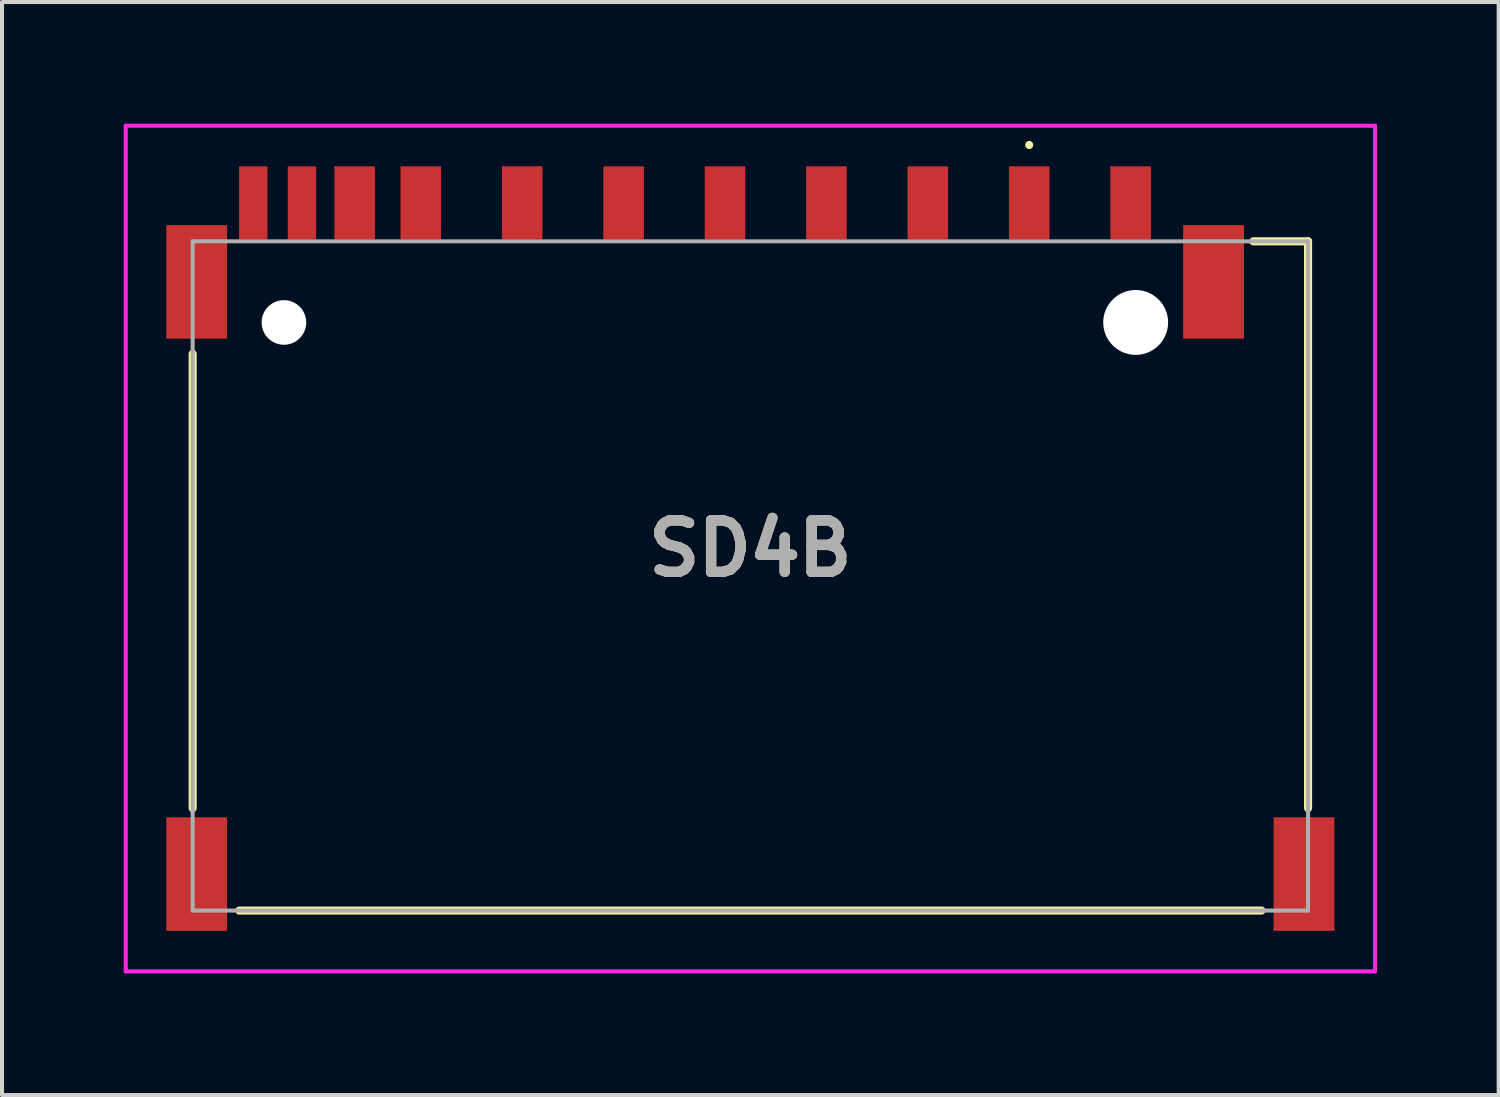
<source format=kicad_pcb>
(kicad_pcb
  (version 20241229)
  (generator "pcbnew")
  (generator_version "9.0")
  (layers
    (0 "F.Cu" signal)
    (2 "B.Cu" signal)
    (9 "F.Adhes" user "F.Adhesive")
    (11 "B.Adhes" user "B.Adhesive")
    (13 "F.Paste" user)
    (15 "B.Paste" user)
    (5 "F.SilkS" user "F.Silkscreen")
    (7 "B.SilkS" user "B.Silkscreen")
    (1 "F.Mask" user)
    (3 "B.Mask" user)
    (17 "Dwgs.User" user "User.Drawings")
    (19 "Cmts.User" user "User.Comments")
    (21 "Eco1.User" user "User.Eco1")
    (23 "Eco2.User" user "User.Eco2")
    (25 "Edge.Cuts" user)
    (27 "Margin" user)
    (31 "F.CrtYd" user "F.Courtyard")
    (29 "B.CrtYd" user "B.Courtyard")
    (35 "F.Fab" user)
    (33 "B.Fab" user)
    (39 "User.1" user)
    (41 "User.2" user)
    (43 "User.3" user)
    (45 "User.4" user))
  (footprint "SD4B"
    (layer "F.Cu")
    (at 15.45 10.675)
    (property "Reference" "SD4B" (at 0 -0.2 0) (layer "F.SilkS") (effects (font (size 1.27 1.27) (thickness 0.254))))
    (attr through_hole)
    (fp_line (start -13.75 -5) (end -13.75 6.2) (stroke (width 0.2) (type solid)) (layer "F.SilkS"))
    (fp_line (start -12.6 8.725) (end 12.6 8.725) (stroke (width 0.2) (type solid)) (layer "F.SilkS"))
    (fp_line (start 6.875 -10.2) (end 6.875 -10.2) (stroke (width 0.1) (type solid)) (layer "F.SilkS"))
    (fp_line (start 6.875 -10.1) (end 6.875 -10.1) (stroke (width 0.1) (type solid)) (layer "F.SilkS"))
    (fp_line (start 13.75 -7.775) (end 12.4 -7.775) (stroke (width 0.2) (type solid)) (layer "F.SilkS"))
    (fp_line (start 13.75 6.2) (end 13.75 -7.775) (stroke (width 0.2) (type solid)) (layer "F.SilkS"))
    (fp_arc (start 6.875 -10.2) (mid 6.925 -10.15) (end 6.875 -10.1) (stroke (width 0.1) (type solid)) (layer "F.SilkS"))
    (fp_arc (start 6.875 -10.1) (mid 6.825 -10.15) (end 6.875 -10.2) (stroke (width 0.1) (type solid)) (layer "F.SilkS"))
    (fp_line (start -15.4 -10.625) (end 15.4 -10.625) (stroke (width 0.1) (type solid)) (layer "F.CrtYd"))
    (fp_line (start -15.4 10.225) (end -15.4 -10.625) (stroke (width 0.1) (type solid)) (layer "F.CrtYd"))
    (fp_line (start 15.4 -10.625) (end 15.4 10.225) (stroke (width 0.1) (type solid)) (layer "F.CrtYd"))
    (fp_line (start 15.4 10.225) (end -15.4 10.225) (stroke (width 0.1) (type solid)) (layer "F.CrtYd"))
    (fp_line (start -13.75 -7.775) (end -13.75 8.725) (stroke (width 0.1) (type solid)) (layer "F.Fab"))
    (fp_line (start -13.75 8.725) (end 13.75 8.725) (stroke (width 0.1) (type solid)) (layer "F.Fab"))
    (fp_line (start 13.75 -7.775) (end -13.75 -7.775) (stroke (width 0.1) (type solid)) (layer "F.Fab"))
    (fp_line (start 13.75 8.725) (end 13.75 -7.775) (stroke (width 0.1) (type solid)) (layer "F.Fab"))
    (fp_text user "${REFERENCE}" (at 0 -0.2 0) (layer "F.Fab") (effects (font (size 1.27 1.27) (thickness 0.254))))
    (pad "" np_thru_hole circle (at -11.5 -5.775) (size 1.1 1.1) (drill 1.1) (layers "*.Cu" "*.Mask"))
    (pad "" np_thru_hole circle (at 9.5 -5.775) (size 1.6 1.6) (drill 1.6) (layers "*.Cu" "*.Mask"))
    (pad "1" smd rect (at 6.875 -8.725) (size 1 1.8) (layers "F.Cu" "F.Mask" "F.Paste"))
    (pad "2" smd rect (at 4.375 -8.725) (size 1 1.8) (layers "F.Cu" "F.Mask" "F.Paste"))
    (pad "3" smd rect (at 1.875 -8.725) (size 1 1.8) (layers "F.Cu" "F.Mask" "F.Paste"))
    (pad "4" smd rect (at -0.625 -8.725) (size 1 1.8) (layers "F.Cu" "F.Mask" "F.Paste"))
    (pad "5" smd rect (at -3.125 -8.725) (size 1 1.8) (layers "F.Cu" "F.Mask" "F.Paste"))
    (pad "6" smd rect (at -5.625 -8.725) (size 1 1.8) (layers "F.Cu" "F.Mask" "F.Paste"))
    (pad "7" smd rect (at -8.125 -8.725) (size 1 1.8) (layers "F.Cu" "F.Mask" "F.Paste"))
    (pad "8" smd rect (at -9.755 -8.725) (size 1 1.8) (layers "F.Cu" "F.Mask" "F.Paste"))
    (pad "9" smd rect (at 9.375 -8.725) (size 1 1.8) (layers "F.Cu" "F.Mask" "F.Paste"))
    (pad "10" smd rect (at -11.055 -8.725) (size 0.7 1.8) (layers "F.Cu" "F.Mask" "F.Paste"))
    (pad "11" smd rect (at -12.255 -8.725) (size 0.7 1.8) (layers "F.Cu" "F.Mask" "F.Paste"))
    (pad "G1" smd rect (at 11.42 -6.775) (size 1.5 2.8) (layers "F.Cu" "F.Mask" "F.Paste"))
    (pad "G2" smd rect (at -13.65 -6.775) (size 1.5 2.8) (layers "F.Cu" "F.Mask" "F.Paste"))
    (pad "G3" smd rect (at -13.65 7.825) (size 1.5 2.8) (layers "F.Cu" "F.Mask" "F.Paste"))
    (pad "G4" smd rect (at 13.65 7.825) (size 1.5 2.8) (layers "F.Cu" "F.Mask" "F.Paste")))
  (gr_rect
    (start -3 -3)
    (end 33.9 23.95)
    (stroke (width 0.1) (type default))
    (fill no)
    (layer "Edge.Cuts")))
</source>
